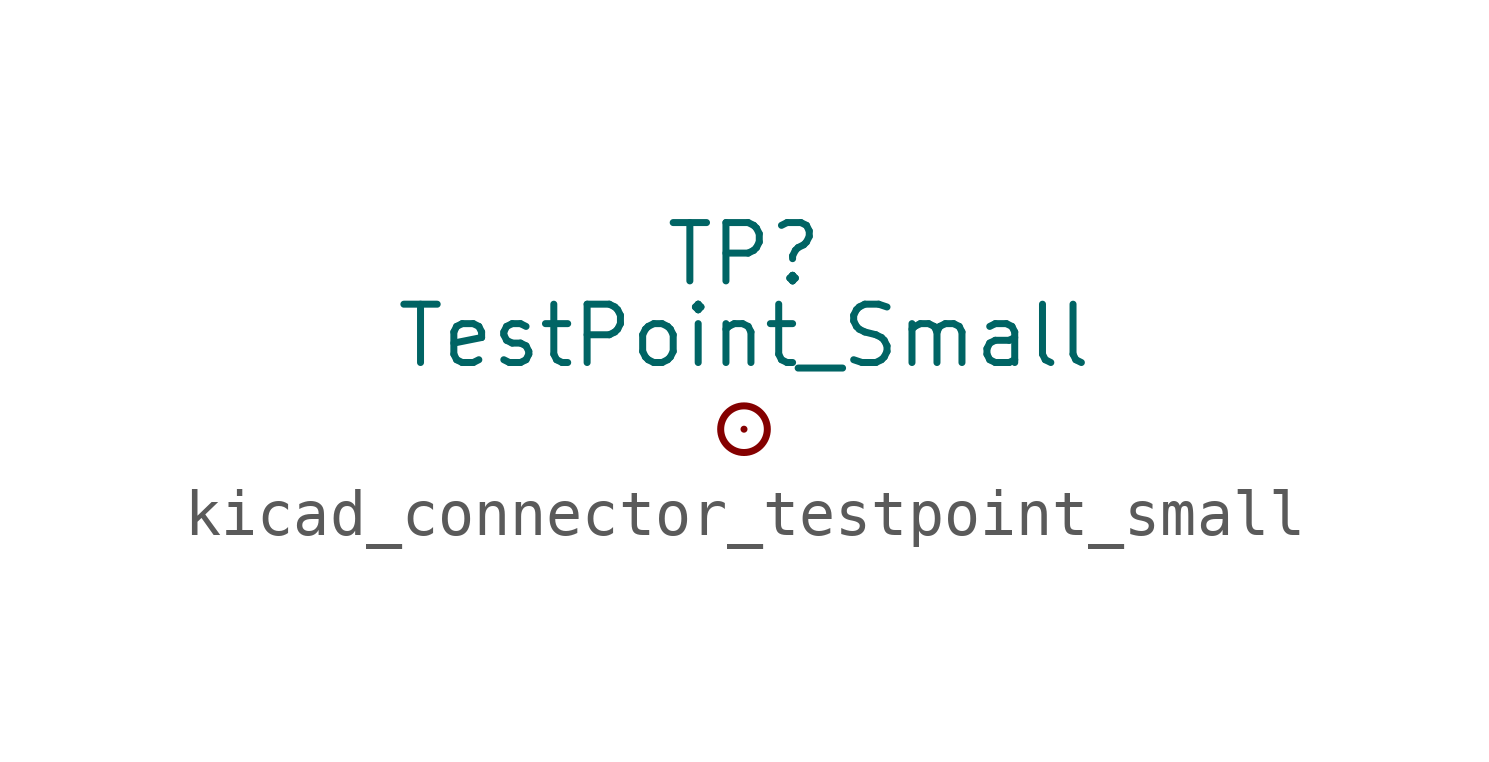
<source format=kicad_sym>
(kicad_symbol_lib
  (version 20220914)
  (generator kicad_symbol_editor)
  (symbol "kicad_connector_testpoint_small"
    (pin_numbers hide)
    (pin_names
      (offset 0.762) hide)
    (property "Reference" "TP"
      (at 0 3.81 0)
      (effects (font (size 1.27 1.27))))
    (property "Value" "TestPoint_Small"
      (at 0 2.032 0)
      (effects (font (size 1.27 1.27))))
    (symbol "kicad_connector_testpoint_small_0_1"
      (circle (center 0 0) (radius 0.508) (stroke (width 0) (type default)) (fill (type none))))
    (symbol "kicad_connector_testpoint_small_1_1"
      (pin passive line (at 0 0 90) (length 0) (name "1" (effects (font (size 1.27 1.27)))) (number "1" (effects (font (size 1.27 1.27))))))))
</source>
